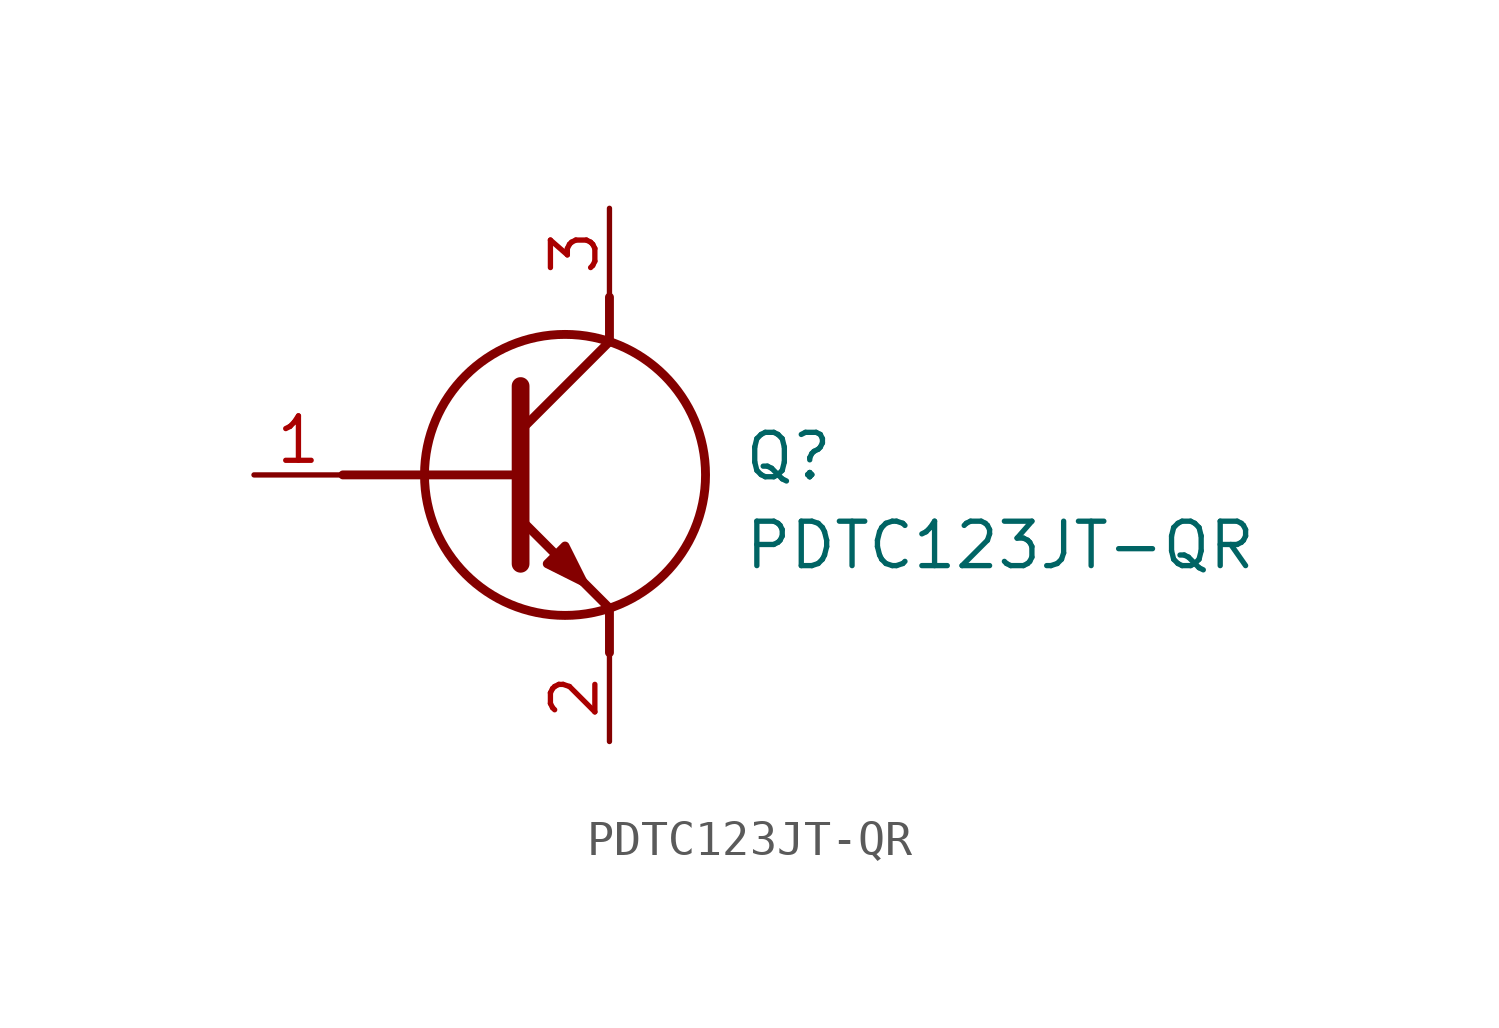
<source format=kicad_sym>
(kicad_symbol_lib
  (version 20211014)
  (generator SamacSys_ECAD_Model)
  (symbol "PDTC123JT-QR"
    (pin_names hide)
    (property "Reference" "Q"
      (at 13.97 1.27 0)
      (effects (font (size 1.27 1.27)) (justify left top)))
    (property "Value" "PDTC123JT-QR"
      (at 13.97 -1.27 0)
      (effects (font (size 1.27 1.27)) (justify left top)))
    (polyline
      (pts (xy 7.62 2.54) (xy 7.62 -2.54))
      (stroke (width 0.508) (type default))
      (fill (type none)))
    (polyline
      (pts (xy 7.62 1.27) (xy 10.16 3.81))
      (stroke (width 0.254) (type default))
      (fill (type none)))
    (polyline
      (pts (xy 7.62 -1.27) (xy 10.16 -3.81))
      (stroke (width 0.254) (type default))
      (fill (type none)))
    (polyline
      (pts (xy 10.16 -3.81) (xy 10.16 -5.08))
      (stroke (width 0.254) (type default))
      (fill (type none)))
    (polyline
      (pts (xy 10.16 3.81) (xy 10.16 5.08))
      (stroke (width 0.254) (type default))
      (fill (type none)))
    (polyline
      (pts (xy 2.54 0) (xy 7.62 0))
      (stroke (width 0.254) (type default))
      (fill (type none)))
    (circle
      (center 8.89 0)
      (radius 4.016)
      (stroke (width 0.254) (type default))
      (fill (type none)))
    (polyline
      (pts (xy 8.382 -2.54) (xy 8.89 -2.032) (xy 9.398 -3.048) (xy 8.382 -2.54))
      (stroke (width 0.254) (type default))
      (fill (type outline)))
    (pin passive line
      (at 0 0 0)
      (length 2.54)
      (name "B" (effects (font (size 1.27 1.27))))
      (number "1" (effects (font (size 1.27 1.27)))))
    (pin passive line
      (at 10.16 -7.62 90)
      (length 2.54)
      (name "E" (effects (font (size 1.27 1.27))))
      (number "2" (effects (font (size 1.27 1.27)))))
    (pin passive line
      (at 10.16 7.62 270)
      (length 2.54)
      (name "C" (effects (font (size 1.27 1.27))))
      (number "3" (effects (font (size 1.27 1.27)))))))
</source>
